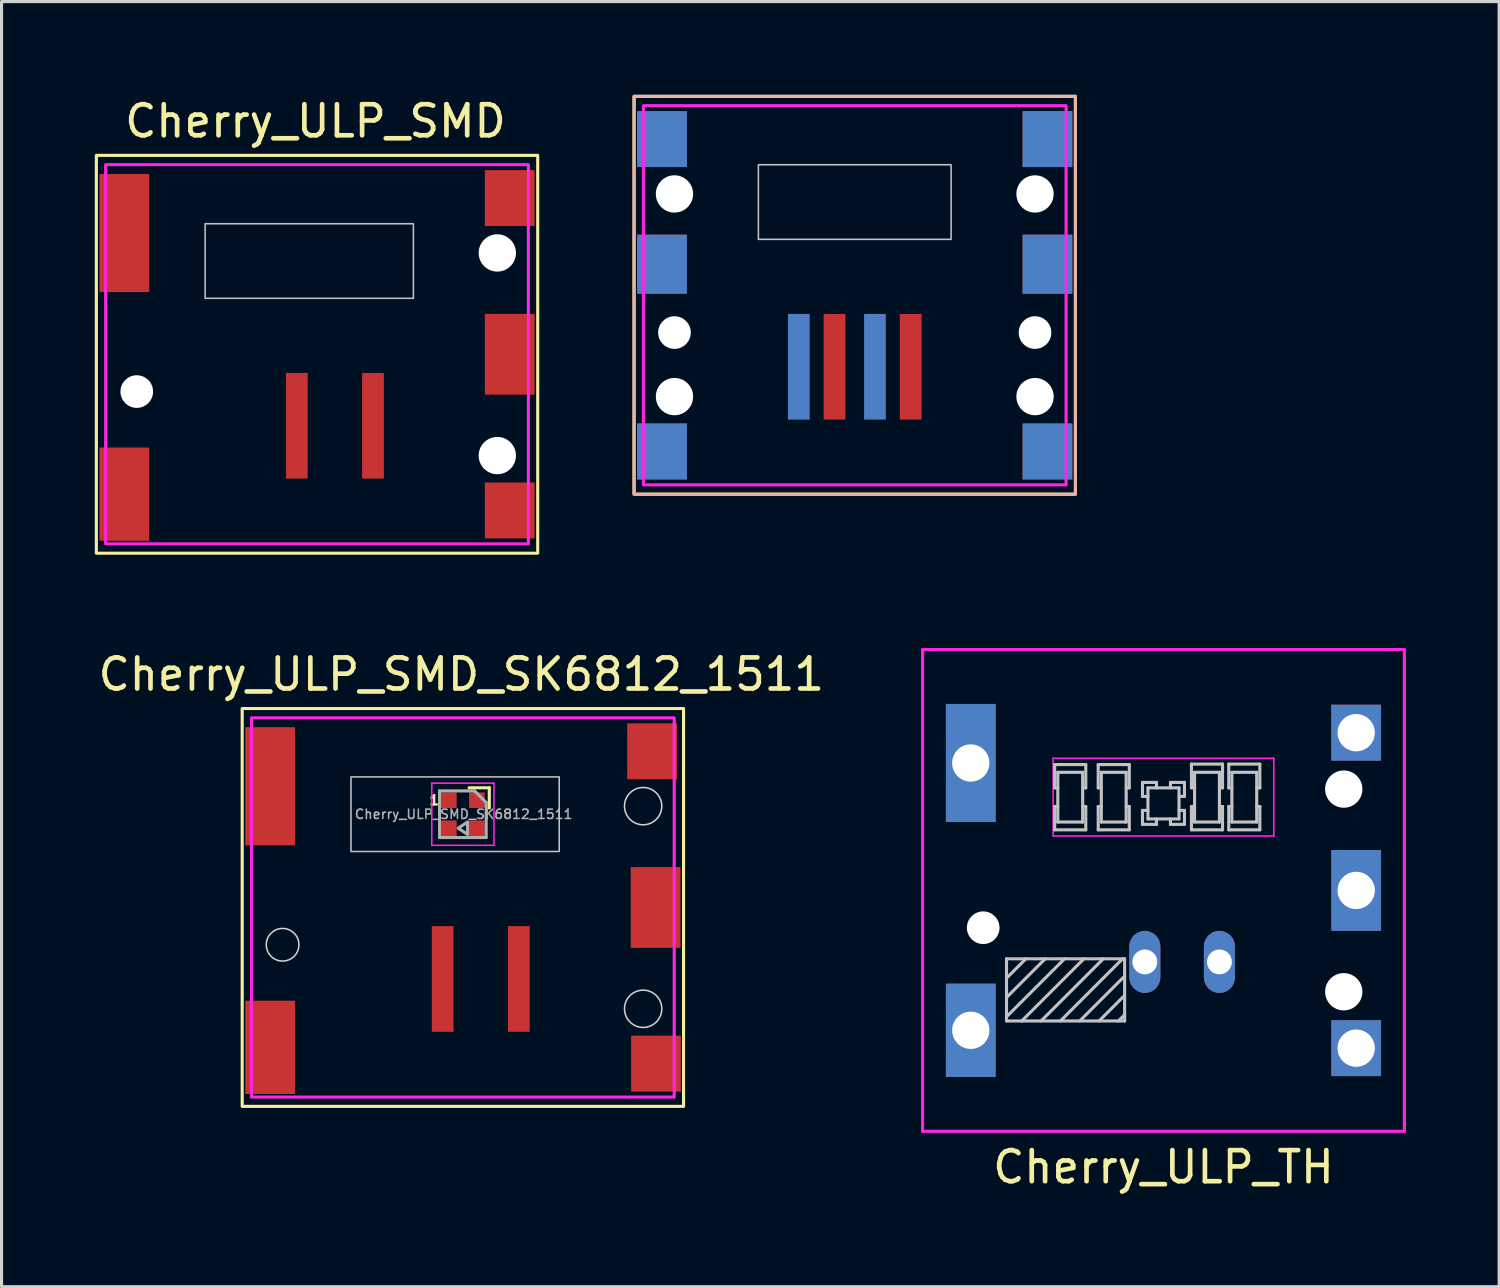
<source format=kicad_pcb>
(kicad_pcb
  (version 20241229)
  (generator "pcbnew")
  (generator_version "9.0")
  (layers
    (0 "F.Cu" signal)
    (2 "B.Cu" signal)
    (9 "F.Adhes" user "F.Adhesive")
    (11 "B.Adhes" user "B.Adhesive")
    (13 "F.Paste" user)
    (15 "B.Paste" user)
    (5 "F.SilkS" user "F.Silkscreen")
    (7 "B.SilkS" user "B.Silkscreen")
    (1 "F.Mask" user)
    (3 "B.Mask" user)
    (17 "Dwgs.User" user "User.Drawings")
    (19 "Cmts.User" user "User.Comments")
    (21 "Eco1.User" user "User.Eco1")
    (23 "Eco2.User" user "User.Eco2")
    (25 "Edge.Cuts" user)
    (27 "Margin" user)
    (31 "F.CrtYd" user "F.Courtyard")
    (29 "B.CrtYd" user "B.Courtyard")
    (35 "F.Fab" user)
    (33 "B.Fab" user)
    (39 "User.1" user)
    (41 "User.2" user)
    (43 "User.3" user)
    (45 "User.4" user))
  (footprint "Cherry_ULP_SMD_SK6812_1511"
    (layer "F.Cu")
    (at 11.842 26.146)
    (property "Reference" "Cherry_ULP_SMD_SK6812_1511" (at -0.05 -7.5 0) (unlocked yes) (layer "F.SilkS") (effects (font (size 1 1) (thickness 0.15))))
    (attr smd)
    (fp_line (start 0.85 -3.85) (end 0.2 -3.85) (stroke (width 0.1) (type solid)) (layer "F.SilkS"))
    (fp_line (start 0.85 -3.2) (end 0.85 -3.85) (stroke (width 0.1) (type solid)) (layer "F.SilkS"))
    (fp_rect (start -7.1 -6.4) (end 7.1 6.4) (stroke (width 0.1) (type solid)) (fill no) (layer "F.SilkS"))
    (fp_rect (start -3.6 -1.8) (end 3.1 -4.2) (stroke (width 0.05) (type solid)) (fill no) (layer "Dwgs.User"))
    (fp_circle (center -5.8 1.2) (end -5.275 1.2) (stroke (width 0.05) (type solid)) (fill no) (layer "Edge.Cuts"))
    (fp_circle (center 5.8 -3.26) (end 6.4 -3.26) (stroke (width 0.05) (type solid)) (fill no) (layer "Edge.Cuts"))
    (fp_circle (center 5.8 3.26) (end 6.4 3.26) (stroke (width 0.05) (type solid)) (fill no) (layer "Edge.Cuts"))
    (fp_line (start -1 -4) (end 1 -4) (stroke (width 0.05) (type solid)) (layer "F.CrtYd"))
    (fp_line (start -1 -2) (end -1 -4) (stroke (width 0.05) (type solid)) (layer "F.CrtYd"))
    (fp_line (start 1 -4) (end 1 -2) (stroke (width 0.05) (type solid)) (layer "F.CrtYd"))
    (fp_line (start 1 -2) (end -1 -2) (stroke (width 0.05) (type solid)) (layer "F.CrtYd"))
    (fp_rect (start -6.8 -6.1) (end 6.8 6.1) (stroke (width 0.1) (type solid)) (fill no) (layer "F.CrtYd"))
    (fp_line (start -0.75 -3.75) (end 0.375 -3.75) (stroke (width 0.1) (type solid)) (layer "F.Fab"))
    (fp_line (start -0.75 -2.25) (end -0.75 -3.75) (stroke (width 0.1) (type solid)) (layer "F.Fab"))
    (fp_line (start 0.375 -3.75) (end 0.75 -3.375) (stroke (width 0.1) (type solid)) (layer "F.Fab"))
    (fp_line (start 0.75 -3.375) (end 0.75 -2.25) (stroke (width 0.1) (type solid)) (layer "F.Fab"))
    (fp_line (start 0.75 -2.25) (end -0.75 -2.25) (stroke (width 0.1) (type solid)) (layer "F.Fab"))
    (fp_poly (pts (xy 0.15 -2.75) (xy -0.15 -2.55) (xy 0.15 -2.35)) (stroke (width 0.1) (type solid)) (fill no) (layer "F.Fab"))
    (fp_text user "1" (at -0.925 -3.45 0) (layer "F.SilkS") (effects (font (size 0.3 0.3) (thickness 0.075))))
    (fp_text user "${REFERENCE}" (at 0.025 -3 0) (layer "F.Fab") (effects (font (size 0.3 0.3) (thickness 0.05))))
    (pad "1" smd rect (at -0.65 2.3) (size 0.7 3.4) (layers "F.Cu" "F.Mask" "F.Paste"))
    (pad "2" smd rect (at 1.8 2.3) (size 0.7 3.4) (layers "F.Cu" "F.Mask" "F.Paste"))
    (pad "3" smd rect (at 0.45 -2.55) (size 0.5 0.5) (layers "F.Cu" "F.Mask" "F.Paste"))
    (pad "4" smd rect (at 0.45 -3.45) (size 0.5 0.5) (layers "F.Cu" "F.Mask" "F.Paste"))
    (pad "5" smd rect (at -0.45 -3.45) (size 0.5 0.5) (layers "F.Cu" "F.Mask" "F.Paste"))
    (pad "6" smd rect (at -0.45 -2.55) (size 0.5 0.5) (layers "F.Cu" "F.Mask" "F.Paste"))
    (pad "7" smd rect (at -6.2 -3.9) (size 1.6 3.8) (layers "F.Cu" "F.Mask" "F.Paste"))
    (pad "7" smd rect (at -6.2 4.5) (size 1.6 3) (layers "F.Cu" "F.Mask" "F.Paste"))
    (pad "7" smd rect (at 6.088 -5.025) (size 1.6 1.8) (layers "F.Cu" "F.Mask" "F.Paste"))
    (pad "7" smd rect (at 6.2 0) (size 1.6 2.6) (layers "F.Cu" "F.Mask" "F.Paste"))
    (pad "7" smd rect (at 6.213 5.025) (size 1.6 1.8) (layers "F.Cu" "F.Mask" "F.Paste"))
    (zone (net_name "") (layer "Dwgs.User") (hatch edge 0.508) (connect_pads) (min_thickness 0.254) (filled_areas_thickness no) (keepout (tracks not_allowed) (vias not_allowed) (pads not_allowed) (copperpour not_allowed) (footprints allowed)) (placement (enabled no)) (fill) (polygon (pts (xy 10.642 30.346) (xy 6.842 30.346) (xy 6.842 28.346) (xy 10.642 28.346)))))
  (footprint "Cherry_ULP_SMD"
    (layer "F.Cu")
    (at 7.15 8.348)
    (property "Reference" "Cherry_ULP_SMD" (at -0.05 -7.5 0) (unlocked yes) (layer "F.SilkS") (effects (font (size 1 1) (thickness 0.15))))
    (attr smd)
    (fp_rect (start -7.1 -6.4) (end 7.1 6.4) (stroke (width 0.1) (type solid)) (fill no) (layer "F.SilkS"))
    (fp_rect (start -3.6 -1.8) (end 3.1 -4.2) (stroke (width 0.05) (type solid)) (fill no) (layer "Dwgs.User"))
    (fp_rect (start -6.8 -6.1) (end 6.8 6.1) (stroke (width 0.1) (type solid)) (fill no) (layer "F.CrtYd"))
    (pad "" np_thru_hole circle (at -5.8 1.2) (size 1.05 1.05) (drill 1.05) (layers "*.Cu" "*.Mask"))
    (pad "" np_thru_hole circle (at 5.8 -3.26) (size 1.2 1.2) (drill 1.2) (layers "*.Cu" "*.Mask"))
    (pad "" np_thru_hole circle (at 5.8 3.26) (size 1.2 1.2) (drill 1.2) (layers "*.Cu" "*.Mask"))
    (pad "1" smd rect (at -0.65 2.3) (size 0.7 3.4) (layers "F.Cu" "F.Mask" "F.Paste"))
    (pad "2" smd rect (at 1.8 2.3) (size 0.7 3.4) (layers "F.Cu" "F.Mask" "F.Paste"))
    (pad "3" smd rect (at -6.2 -3.9) (size 1.6 3.8) (layers "F.Cu" "F.Mask" "F.Paste"))
    (pad "3" smd rect (at -6.2 4.5) (size 1.6 3) (layers "F.Cu" "F.Mask" "F.Paste"))
    (pad "3" smd rect (at 6.2 -5.025) (size 1.6 1.8) (layers "F.Cu" "F.Mask" "F.Paste"))
    (pad "3" smd rect (at 6.2 0) (size 1.6 2.6) (layers "F.Cu" "F.Mask" "F.Paste"))
    (pad "3" smd rect (at 6.2 5.025) (size 1.6 1.8) (layers "F.Cu" "F.Mask" "F.Paste"))
    (zone (net_name "") (layer "Dwgs.User") (hatch edge 0.508) (connect_pads) (min_thickness 0.254) (filled_areas_thickness no) (keepout (tracks not_allowed) (vias not_allowed) (pads not_allowed) (copperpour not_allowed) (footprints allowed)) (placement (enabled no)) (fill) (polygon (pts (xy 5.95 12.548) (xy 2.15 12.548) (xy 2.15 10.548) (xy 5.95 10.548)))))
  (footprint "Cherry_ULP_TH"
    (layer "F.Cu")
    (at 34.383 25.598)
    (property "Reference" "Cherry_ULP_TH" (at 0 8.9 0) (layer "F.SilkS") (effects (font (size 1 1) (thickness 0.15))))
    (attr through_hole)
    (fp_line (start -5.05 2.2) (end -1.25 2.2) (stroke (width 0.1) (type solid)) (layer "Dwgs.User"))
    (fp_line (start -5.05 2.822) (end -4.428 2.2) (stroke (width 0.1) (type solid)) (layer "Dwgs.User"))
    (fp_line (start -5.05 3.444) (end -3.806 2.2) (stroke (width 0.1) (type solid)) (layer "Dwgs.User"))
    (fp_line (start -5.05 4.066) (end -3.184 2.2) (stroke (width 0.1) (type solid)) (layer "Dwgs.User"))
    (fp_line (start -5.05 4.2) (end -5.05 2.2) (stroke (width 0.1) (type solid)) (layer "Dwgs.User"))
    (fp_line (start -4.561 4.2) (end -2.561 2.2) (stroke (width 0.1) (type solid)) (layer "Dwgs.User"))
    (fp_line (start -3.939 4.2) (end -1.939 2.2) (stroke (width 0.1) (type solid)) (layer "Dwgs.User"))
    (fp_line (start -3.5 -4.05) (end -3.5 -3.3) (stroke (width 0.1) (type solid)) (layer "Dwgs.User"))
    (fp_line (start -3.5 -3.3) (end -3.4 -3.3) (stroke (width 0.1) (type solid)) (layer "Dwgs.User"))
    (fp_line (start -3.5 -2.7) (end -3.5 -1.95) (stroke (width 0.1) (type solid)) (layer "Dwgs.User"))
    (fp_line (start -3.5 -1.95) (end -2.5 -1.95) (stroke (width 0.1) (type solid)) (layer "Dwgs.User"))
    (fp_line (start -3.4 -3.8) (end -3.4 -2.2) (stroke (width 0.1) (type solid)) (layer "Dwgs.User"))
    (fp_line (start -3.4 -2.7) (end -3.5 -2.7) (stroke (width 0.1) (type solid)) (layer "Dwgs.User"))
    (fp_line (start -3.4 -2.2) (end -2.6 -2.2) (stroke (width 0.1) (type solid)) (layer "Dwgs.User"))
    (fp_line (start -3.317 4.2) (end -1.317 2.2) (stroke (width 0.1) (type solid)) (layer "Dwgs.User"))
    (fp_line (start -2.695 4.2) (end -1.25 2.756) (stroke (width 0.1) (type solid)) (layer "Dwgs.User"))
    (fp_line (start -2.6 -3.8) (end -3.4 -3.8) (stroke (width 0.1) (type solid)) (layer "Dwgs.User"))
    (fp_line (start -2.6 -3.3) (end -2.5 -3.3) (stroke (width 0.1) (type solid)) (layer "Dwgs.User"))
    (fp_line (start -2.6 -2.2) (end -2.6 -3.8) (stroke (width 0.1) (type solid)) (layer "Dwgs.User"))
    (fp_line (start -2.5 -4.05) (end -3.5 -4.05) (stroke (width 0.1) (type solid)) (layer "Dwgs.User"))
    (fp_line (start -2.5 -3.3) (end -2.5 -4.05) (stroke (width 0.1) (type solid)) (layer "Dwgs.User"))
    (fp_line (start -2.5 -2.7) (end -2.6 -2.7) (stroke (width 0.1) (type solid)) (layer "Dwgs.User"))
    (fp_line (start -2.5 -1.95) (end -2.5 -2.7) (stroke (width 0.1) (type solid)) (layer "Dwgs.User"))
    (fp_line (start -2.1 -4.05) (end -2.1 -3.3) (stroke (width 0.1) (type solid)) (layer "Dwgs.User"))
    (fp_line (start -2.1 -3.3) (end -2 -3.3) (stroke (width 0.1) (type solid)) (layer "Dwgs.User"))
    (fp_line (start -2.1 -2.7) (end -2.1 -1.95) (stroke (width 0.1) (type solid)) (layer "Dwgs.User"))
    (fp_line (start -2.1 -1.95) (end -1.1 -1.95) (stroke (width 0.1) (type solid)) (layer "Dwgs.User"))
    (fp_line (start -2.072 4.2) (end -1.25 3.378) (stroke (width 0.1) (type solid)) (layer "Dwgs.User"))
    (fp_line (start -2 -3.8) (end -2 -2.2) (stroke (width 0.1) (type solid)) (layer "Dwgs.User"))
    (fp_line (start -2 -2.7) (end -2.1 -2.7) (stroke (width 0.1) (type solid)) (layer "Dwgs.User"))
    (fp_line (start -2 -2.2) (end -1.2 -2.2) (stroke (width 0.1) (type solid)) (layer "Dwgs.User"))
    (fp_line (start -1.45 4.2) (end -1.25 4) (stroke (width 0.1) (type solid)) (layer "Dwgs.User"))
    (fp_line (start -1.25 2.2) (end -1.25 4.2) (stroke (width 0.1) (type solid)) (layer "Dwgs.User"))
    (fp_line (start -1.25 4.2) (end -5.05 4.2) (stroke (width 0.1) (type solid)) (layer "Dwgs.User"))
    (fp_line (start -1.2 -3.8) (end -2 -3.8) (stroke (width 0.1) (type solid)) (layer "Dwgs.User"))
    (fp_line (start -1.2 -3.3) (end -1.1 -3.3) (stroke (width 0.1) (type solid)) (layer "Dwgs.User"))
    (fp_line (start -1.2 -2.2) (end -1.2 -3.8) (stroke (width 0.1) (type solid)) (layer "Dwgs.User"))
    (fp_line (start -1.1 -4.05) (end -2.1 -4.05) (stroke (width 0.1) (type solid)) (layer "Dwgs.User"))
    (fp_line (start -1.1 -3.3) (end -1.1 -4.05) (stroke (width 0.1) (type solid)) (layer "Dwgs.User"))
    (fp_line (start -1.1 -2.7) (end -1.2 -2.7) (stroke (width 0.1) (type solid)) (layer "Dwgs.User"))
    (fp_line (start -1.1 -1.95) (end -1.1 -2.7) (stroke (width 0.1) (type solid)) (layer "Dwgs.User"))
    (fp_line (start -0.675 -3.475) (end -0.675 -3.025) (stroke (width 0.1) (type solid)) (layer "Dwgs.User"))
    (fp_line (start -0.675 -3.025) (end -0.5 -3.025) (stroke (width 0.1) (type solid)) (layer "Dwgs.User"))
    (fp_line (start -0.675 -2.575) (end -0.675 -2.125) (stroke (width 0.1) (type solid)) (layer "Dwgs.User"))
    (fp_line (start -0.675 -2.125) (end -0.225 -2.125) (stroke (width 0.1) (type solid)) (layer "Dwgs.User"))
    (fp_line (start -0.5 -3.3) (end -0.5 -2.3) (stroke (width 0.1) (type solid)) (layer "Dwgs.User"))
    (fp_line (start -0.5 -2.575) (end -0.675 -2.575) (stroke (width 0.1) (type solid)) (layer "Dwgs.User"))
    (fp_line (start -0.5 -2.3) (end 0.5 -2.3) (stroke (width 0.1) (type solid)) (layer "Dwgs.User"))
    (fp_line (start -0.225 -3.475) (end -0.675 -3.475) (stroke (width 0.1) (type solid)) (layer "Dwgs.User"))
    (fp_line (start -0.225 -3.3) (end -0.225 -3.475) (stroke (width 0.1) (type solid)) (layer "Dwgs.User"))
    (fp_line (start -0.225 -2.125) (end -0.225 -2.3) (stroke (width 0.1) (type solid)) (layer "Dwgs.User"))
    (fp_line (start 0.225 -3.475) (end 0.225 -3.3) (stroke (width 0.1) (type solid)) (layer "Dwgs.User"))
    (fp_line (start 0.225 -2.3) (end 0.225 -2.125) (stroke (width 0.1) (type solid)) (layer "Dwgs.User"))
    (fp_line (start 0.225 -2.125) (end 0.675 -2.125) (stroke (width 0.1) (type solid)) (layer "Dwgs.User"))
    (fp_line (start 0.5 -3.3) (end -0.5 -3.3) (stroke (width 0.1) (type solid)) (layer "Dwgs.User"))
    (fp_line (start 0.5 -3.025) (end 0.675 -3.025) (stroke (width 0.1) (type solid)) (layer "Dwgs.User"))
    (fp_line (start 0.5 -2.3) (end 0.5 -3.3) (stroke (width 0.1) (type solid)) (layer "Dwgs.User"))
    (fp_line (start 0.675 -3.475) (end 0.225 -3.475) (stroke (width 0.1) (type solid)) (layer "Dwgs.User"))
    (fp_line (start 0.675 -3.025) (end 0.675 -3.475) (stroke (width 0.1) (type solid)) (layer "Dwgs.User"))
    (fp_line (start 0.675 -2.575) (end 0.5 -2.575) (stroke (width 0.1) (type solid)) (layer "Dwgs.User"))
    (fp_line (start 0.675 -2.125) (end 0.675 -2.575) (stroke (width 0.1) (type solid)) (layer "Dwgs.User"))
    (fp_line (start 0.9 -4.064) (end 0.9 -3.3) (stroke (width 0.1) (type solid)) (layer "Dwgs.User"))
    (fp_line (start 0.9 -3.3) (end 1 -3.3) (stroke (width 0.1) (type solid)) (layer "Dwgs.User"))
    (fp_line (start 0.9 -2.7) (end 0.9 -1.95) (stroke (width 0.1) (type solid)) (layer "Dwgs.User"))
    (fp_line (start 0.9 -1.95) (end 1.9 -1.95) (stroke (width 0.1) (type solid)) (layer "Dwgs.User"))
    (fp_line (start 1 -3.8) (end 1 -2.2) (stroke (width 0.1) (type solid)) (layer "Dwgs.User"))
    (fp_line (start 1 -2.7) (end 0.9 -2.7) (stroke (width 0.1) (type solid)) (layer "Dwgs.User"))
    (fp_line (start 1 -2.2) (end 1.8 -2.2) (stroke (width 0.1) (type solid)) (layer "Dwgs.User"))
    (fp_line (start 1.8 -3.8) (end 1 -3.8) (stroke (width 0.1) (type solid)) (layer "Dwgs.User"))
    (fp_line (start 1.8 -3.3) (end 1.9 -3.3) (stroke (width 0.1) (type solid)) (layer "Dwgs.User"))
    (fp_line (start 1.8 -2.2) (end 1.8 -3.8) (stroke (width 0.1) (type solid)) (layer "Dwgs.User"))
    (fp_line (start 1.9 -4.064) (end 0.9 -4.064) (stroke (width 0.1) (type solid)) (layer "Dwgs.User"))
    (fp_line (start 1.9 -3.3) (end 1.9 -4.064) (stroke (width 0.1) (type solid)) (layer "Dwgs.User"))
    (fp_line (start 1.9 -2.7) (end 1.8 -2.7) (stroke (width 0.1) (type solid)) (layer "Dwgs.User"))
    (fp_line (start 1.9 -1.95) (end 1.9 -2.7) (stroke (width 0.1) (type solid)) (layer "Dwgs.User"))
    (fp_line (start 2.1 -4.064) (end 2.1 -3.3) (stroke (width 0.1) (type solid)) (layer "Dwgs.User"))
    (fp_line (start 2.1 -3.3) (end 2.2 -3.3) (stroke (width 0.1) (type solid)) (layer "Dwgs.User"))
    (fp_line (start 2.1 -2.7) (end 2.1 -1.95) (stroke (width 0.1) (type solid)) (layer "Dwgs.User"))
    (fp_line (start 2.1 -1.95) (end 3.1 -1.95) (stroke (width 0.1) (type solid)) (layer "Dwgs.User"))
    (fp_line (start 2.2 -3.8) (end 2.2 -2.2) (stroke (width 0.1) (type solid)) (layer "Dwgs.User"))
    (fp_line (start 2.2 -2.7) (end 2.1 -2.7) (stroke (width 0.1) (type solid)) (layer "Dwgs.User"))
    (fp_line (start 2.2 -2.2) (end 3 -2.2) (stroke (width 0.1) (type solid)) (layer "Dwgs.User"))
    (fp_line (start 3 -3.8) (end 2.2 -3.8) (stroke (width 0.1) (type solid)) (layer "Dwgs.User"))
    (fp_line (start 3 -3.3) (end 3.1 -3.3) (stroke (width 0.1) (type solid)) (layer "Dwgs.User"))
    (fp_line (start 3 -2.2) (end 3 -3.8) (stroke (width 0.1) (type solid)) (layer "Dwgs.User"))
    (fp_line (start 3.1 -4.064) (end 2.1 -4.064) (stroke (width 0.1) (type solid)) (layer "Dwgs.User"))
    (fp_line (start 3.1 -3.3) (end 3.1 -4.064) (stroke (width 0.1) (type solid)) (layer "Dwgs.User"))
    (fp_line (start 3.1 -2.7) (end 3 -2.7) (stroke (width 0.1) (type solid)) (layer "Dwgs.User"))
    (fp_line (start 3.1 -1.95) (end 3.1 -2.7) (stroke (width 0.1) (type solid)) (layer "Dwgs.User"))
    (fp_line (start -7.75 -7.75) (end -7.75 7.75) (stroke (width 0.1) (type solid)) (layer "F.CrtYd"))
    (fp_line (start -7.75 7.75) (end 7.75 7.75) (stroke (width 0.1) (type solid)) (layer "F.CrtYd"))
    (fp_line (start -3.55 -4.25) (end -3.55 -1.75) (stroke (width 0.05) (type solid)) (layer "F.CrtYd"))
    (fp_line (start -3.55 -1.75) (end 3.55 -1.75) (stroke (width 0.05) (type solid)) (layer "F.CrtYd"))
    (fp_line (start 3.55 -4.25) (end -3.55 -4.25) (stroke (width 0.05) (type solid)) (layer "F.CrtYd"))
    (fp_line (start 3.55 -1.75) (end 3.55 -4.25) (stroke (width 0.05) (type solid)) (layer "F.CrtYd"))
    (fp_line (start 7.75 -7.75) (end -7.75 -7.75) (stroke (width 0.1) (type solid)) (layer "F.CrtYd"))
    (fp_line (start 7.75 7.75) (end 7.75 -7.75) (stroke (width 0.1) (type solid)) (layer "F.CrtYd"))
    (pad "" np_thru_hole circle (at -5.8 1.2) (size 1.05 1.05) (drill 1.05) (layers "*.Cu" "*.Mask"))
    (pad "" np_thru_hole circle (at 5.8 -3.26) (size 1.2 1.2) (drill 1.2) (layers "*.Cu" "*.Mask"))
    (pad "" np_thru_hole circle (at 5.8 3.26) (size 1.2 1.2) (drill 1.2) (layers "*.Cu" "*.Mask"))
    (pad "1" thru_hole roundrect (at -0.6 2.3) (size 1 2) (drill 0.8) (layers "*.Cu" "*.Mask") (roundrect_rratio 0.5))
    (pad "2" thru_hole roundrect (at 1.8 2.3) (size 1 2) (drill 0.8) (layers "*.Cu" "*.Mask") (roundrect_rratio 0.5))
    (pad "3" thru_hole rect (at -6.2 -4.1) (size 1.6 3.8) (drill 1.2) (layers "*.Cu" "*.Mask"))
    (pad "3" thru_hole rect (at -6.2 4.5) (size 1.6 3) (drill 1.2) (layers "*.Cu" "*.Mask"))
    (pad "3" thru_hole rect (at 6.2 -5.075) (size 1.6 1.8) (drill 1.2) (layers "*.Cu" "*.Mask"))
    (pad "3" thru_hole rect (at 6.2 0) (size 1.6 2.6) (drill 1.2) (layers "*.Cu" "*.Mask"))
    (pad "3" thru_hole rect (at 6.2 5.075) (size 1.6 1.8) (drill 1.2) (layers "*.Cu" "*.Mask")))
  (footprint "Cherry_ULP_SMD_Double_Sided"
    (layer "F.Cu")
    (at 24.45 6.45)
    (property "Reference" "Cherry_ULP_SMD_Double_Sided" (at -0.05 -7.5 0) (unlocked yes) (layer "User.9") (effects (font (size 1 1) (thickness 0.15))))
    (attr smd)
    (fp_rect (start -7.1 -6.4) (end 7.1 6.4) (stroke (width 0.1) (type solid)) (fill no) (layer "F.SilkS"))
    (fp_rect (start -7.1 -6.4) (end 7.1 6.4) (stroke (width 0.1) (type solid)) (fill no) (layer "B.SilkS"))
    (fp_rect (start -3.1 -1.8) (end 3.1 -4.2) (stroke (width 0.05) (type solid)) (fill no) (layer "Dwgs.User"))
    (fp_rect (start -6.8 -6.1) (end 6.8 6.1) (stroke (width 0.1) (type solid)) (fill no) (layer "F.CrtYd"))
    (pad "" np_thru_hole circle (at -5.8 -3.26) (size 1.2 1.2) (drill 1.2) (layers "*.Cu" "*.Mask"))
    (pad "" np_thru_hole circle (at -5.8 1.2) (size 1.05 1.05) (drill 1.05) (layers "*.Cu" "*.Mask"))
    (pad "" np_thru_hole circle (at -5.8 3.26) (size 1.2 1.2) (drill 1.2) (layers "*.Cu" "*.Mask"))
    (pad "" np_thru_hole circle (at 5.8 -3.26) (size 1.2 1.2) (drill 1.2) (layers "*.Cu" "*.Mask"))
    (pad "" np_thru_hole circle (at 5.8 1.2) (size 1.05 1.05) (drill 1.05) (layers "*.Cu" "*.Mask"))
    (pad "" np_thru_hole circle (at 5.8 3.26) (size 1.2 1.2) (drill 1.2) (layers "*.Cu" "*.Mask"))
    (pad "1" smd rect (at -0.65 2.3) (size 0.7 3.4) (layers "F.Cu" "F.Mask" "F.Paste"))
    (pad "1" smd rect (at 0.65 2.3) (size 0.7 3.4) (layers "B.Cu" "B.Mask" "B.Paste"))
    (pad "2" smd rect (at -1.8 2.3) (size 0.7 3.4) (layers "B.Cu" "B.Mask" "B.Paste"))
    (pad "2" smd rect (at 1.8 2.3) (size 0.7 3.4) (layers "F.Cu" "F.Mask" "F.Paste"))
    (pad "3" smd rect (at -6.2 -5.025) (size 1.6 1.8) (layers "F.Cu" "F.Mask" "F.Paste"))
    (pad "3" smd rect (at -6.2 -5.025) (size 1.6 1.8) (layers "B.Cu" "B.Mask" "B.Paste"))
    (pad "3" smd rect (at -6.2 -1) (size 1.6 1.9) (layers "F.Cu" "F.Mask" "F.Paste"))
    (pad "3" smd rect (at -6.2 -1) (size 1.6 1.9) (layers "B.Cu" "B.Mask" "B.Paste"))
    (pad "3" smd rect (at -6.2 5.025) (size 1.6 1.8) (layers "F.Cu" "F.Mask" "F.Paste"))
    (pad "3" smd rect (at -6.2 5.025) (size 1.6 1.8) (layers "B.Cu" "B.Mask" "B.Paste"))
    (pad "3" smd rect (at 6.2 -5.025) (size 1.6 1.8) (layers "F.Cu" "F.Mask" "F.Paste"))
    (pad "3" smd rect (at 6.2 -5.025) (size 1.6 1.8) (layers "B.Cu" "B.Mask" "B.Paste"))
    (pad "3" smd rect (at 6.2 -1) (size 1.6 1.9) (layers "F.Cu" "F.Mask" "F.Paste"))
    (pad "3" smd rect (at 6.2 -1) (size 1.6 1.9) (layers "B.Cu" "B.Mask" "B.Paste"))
    (pad "3" smd rect (at 6.2 5.025) (size 1.6 1.8) (layers "F.Cu" "F.Mask" "F.Paste"))
    (pad "3" smd rect (at 6.2 5.025) (size 1.6 1.8) (layers "B.Cu" "B.Mask" "B.Paste"))
    (zone (net_name "") (layer "Dwgs.User") (hatch edge 0.508) (connect_pads) (min_thickness 0.254) (filled_areas_thickness no) (keepout (tracks not_allowed) (vias not_allowed) (pads not_allowed) (copperpour not_allowed) (footprints allowed)) (placement (enabled no)) (fill) (polygon (pts (xy 23.25 10.65) (xy 19.45 10.65) (xy 19.45 8.65) (xy 23.25 8.65)))))
  (gr_rect
    (start -3 -3)
    (end 45.183 38.346)
    (stroke (width 0.1) (type default))
    (fill no)
    (layer "Edge.Cuts")))
</source>
